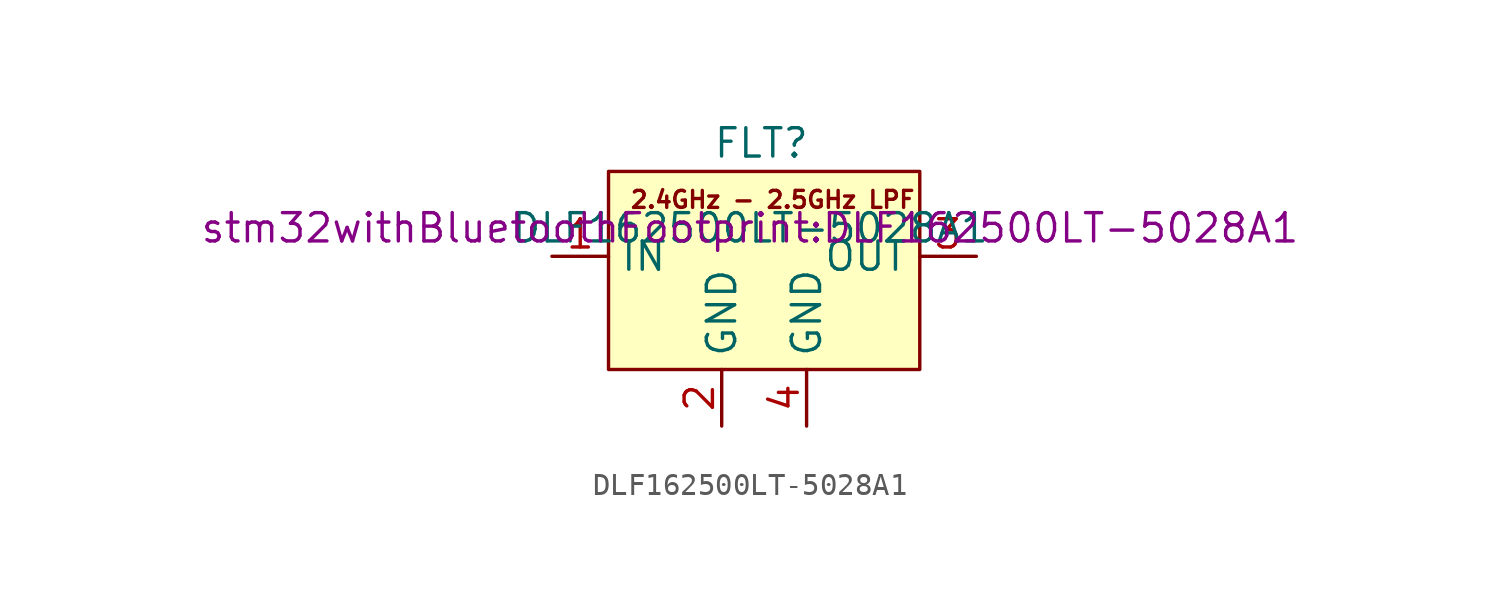
<source format=kicad_sym>
(kicad_symbol_lib
  (version 20241209)
  (generator "kicad_symbol_editor")
  (generator_version "9.0")
  (symbol "DLF162500LT-5028A1"
    (property "Reference" "FLT"
      (at 0.508 3.81 0)
      (effects (font (size 1.27 1.27))))
    (property "Value" "DLF162500LT-5028A1"
      (at 0 0 0)
      (effects (font (size 1.27 1.27))))
    (property "Footprint" "stm32withBluetoothFootprint:DLF162500LT-5028A1"
      (at 0 0 0)
      (effects (font (size 1.27 1.27))))
    (symbol "DLF162500LT-5028A1_1_0"
      (pin passive line (at -8.89 -1.27 0) (length 2.54) (name "IN" (effects (font (size 1.27 1.27)))) (number "1" (effects (font (size 1.27 1.27)))))
      (pin passive line (at -1.27 -8.89 90) (length 2.54) (name "GND" (effects (font (size 1.27 1.27)))) (number "2" (effects (font (size 1.27 1.27)))))
      (pin passive line (at 2.54 -8.89 90) (length 2.54) (name "GND" (effects (font (size 1.27 1.27)))) (number "4" (effects (font (size 1.27 1.27)))))
      (pin passive line (at 10.16 -1.27 180) (length 2.54) (name "OUT" (effects (font (size 1.27 1.27)))) (number "3" (effects (font (size 1.27 1.27))))))
    (symbol "DLF162500LT-5028A1_1_1"
      (rectangle (start -6.35 2.54) (end 7.62 -6.35) (stroke (width 0) (type solid)) (fill (type background)))
      (text "2.4GHz - 2.5GHz LPF" (at 1.016 1.27 0) (effects (font (size 0.762 0.762)))))))
</source>
